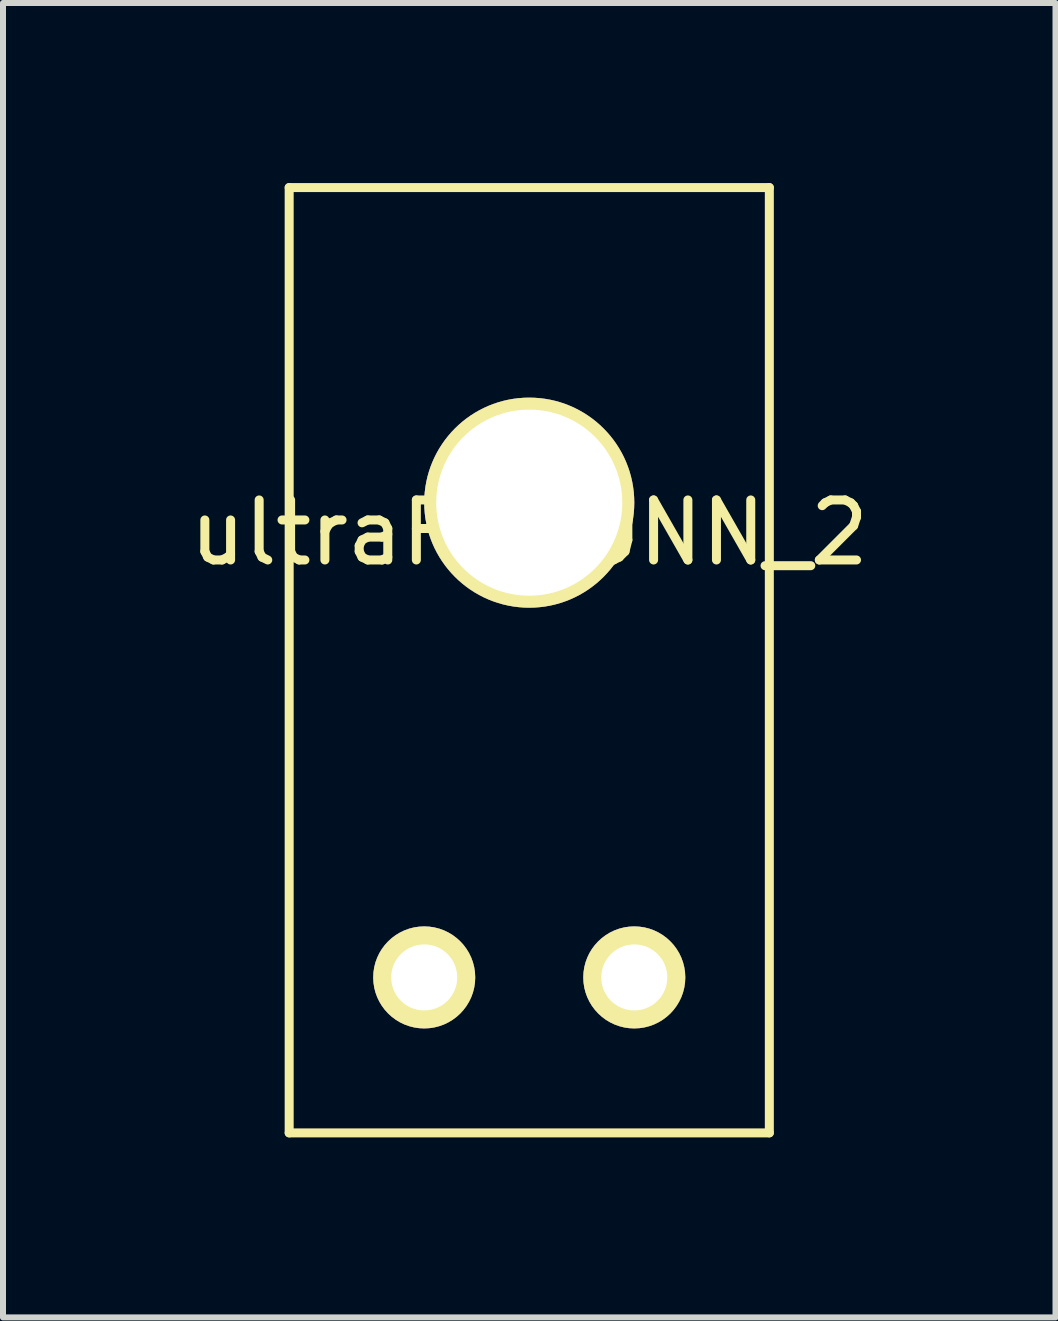
<source format=kicad_pcb>
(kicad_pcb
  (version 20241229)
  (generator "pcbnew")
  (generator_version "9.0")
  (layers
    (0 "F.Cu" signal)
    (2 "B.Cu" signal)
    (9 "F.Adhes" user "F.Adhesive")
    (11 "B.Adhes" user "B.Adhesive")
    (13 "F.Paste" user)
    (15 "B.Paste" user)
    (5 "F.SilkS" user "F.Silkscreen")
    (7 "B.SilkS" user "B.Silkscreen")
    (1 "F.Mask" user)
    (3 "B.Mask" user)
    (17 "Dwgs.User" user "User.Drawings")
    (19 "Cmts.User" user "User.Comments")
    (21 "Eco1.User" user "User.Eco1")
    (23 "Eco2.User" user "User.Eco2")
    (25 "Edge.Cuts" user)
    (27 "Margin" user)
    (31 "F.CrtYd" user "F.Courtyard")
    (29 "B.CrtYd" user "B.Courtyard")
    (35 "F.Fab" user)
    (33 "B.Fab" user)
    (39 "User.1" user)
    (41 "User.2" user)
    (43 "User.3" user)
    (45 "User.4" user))
  (footprint "ultraFitCONN_2"
    (layer "F.Cu")
    (at 5.768 5.325)
    (property "Reference" "ultraFitCONN_2" (at 0 0.5 0) (layer "F.SilkS") (effects (font (size 1 1) (thickness 0.15))))
    (attr through_hole)
    (fp_line (start -4 -5.25) (end -4 10.5) (stroke (width 0.15) (type solid)) (layer "F.SilkS"))
    (fp_line (start -4 -5.25) (end 4 -5.25) (stroke (width 0.15) (type solid)) (layer "F.SilkS"))
    (fp_line (start -4 10.5) (end 4 10.5) (stroke (width 0.15) (type solid)) (layer "F.SilkS"))
    (fp_line (start 4 10.5) (end 4 -5.25) (stroke (width 0.15) (type solid)) (layer "F.SilkS"))
    (pad "" np_thru_hole circle (at 0 0) (size 3.5 3.5) (drill 3.1) (layers "*.Cu" "*.Mask" "F.SilkS"))
    (pad "1" thru_hole circle (at 1.75 7.91) (size 1.7 1.7) (drill 1.1) (layers "*.Cu" "*.Mask" "F.SilkS"))
    (pad "2" thru_hole circle (at -1.75 7.91) (size 1.7 1.7) (drill 1.1) (layers "*.Cu" "*.Mask" "F.SilkS")))
  (gr_rect
    (start -3 -3)
    (end 14.536 18.9)
    (stroke (width 0.1) (type default))
    (fill no)
    (layer "Edge.Cuts")))
</source>
